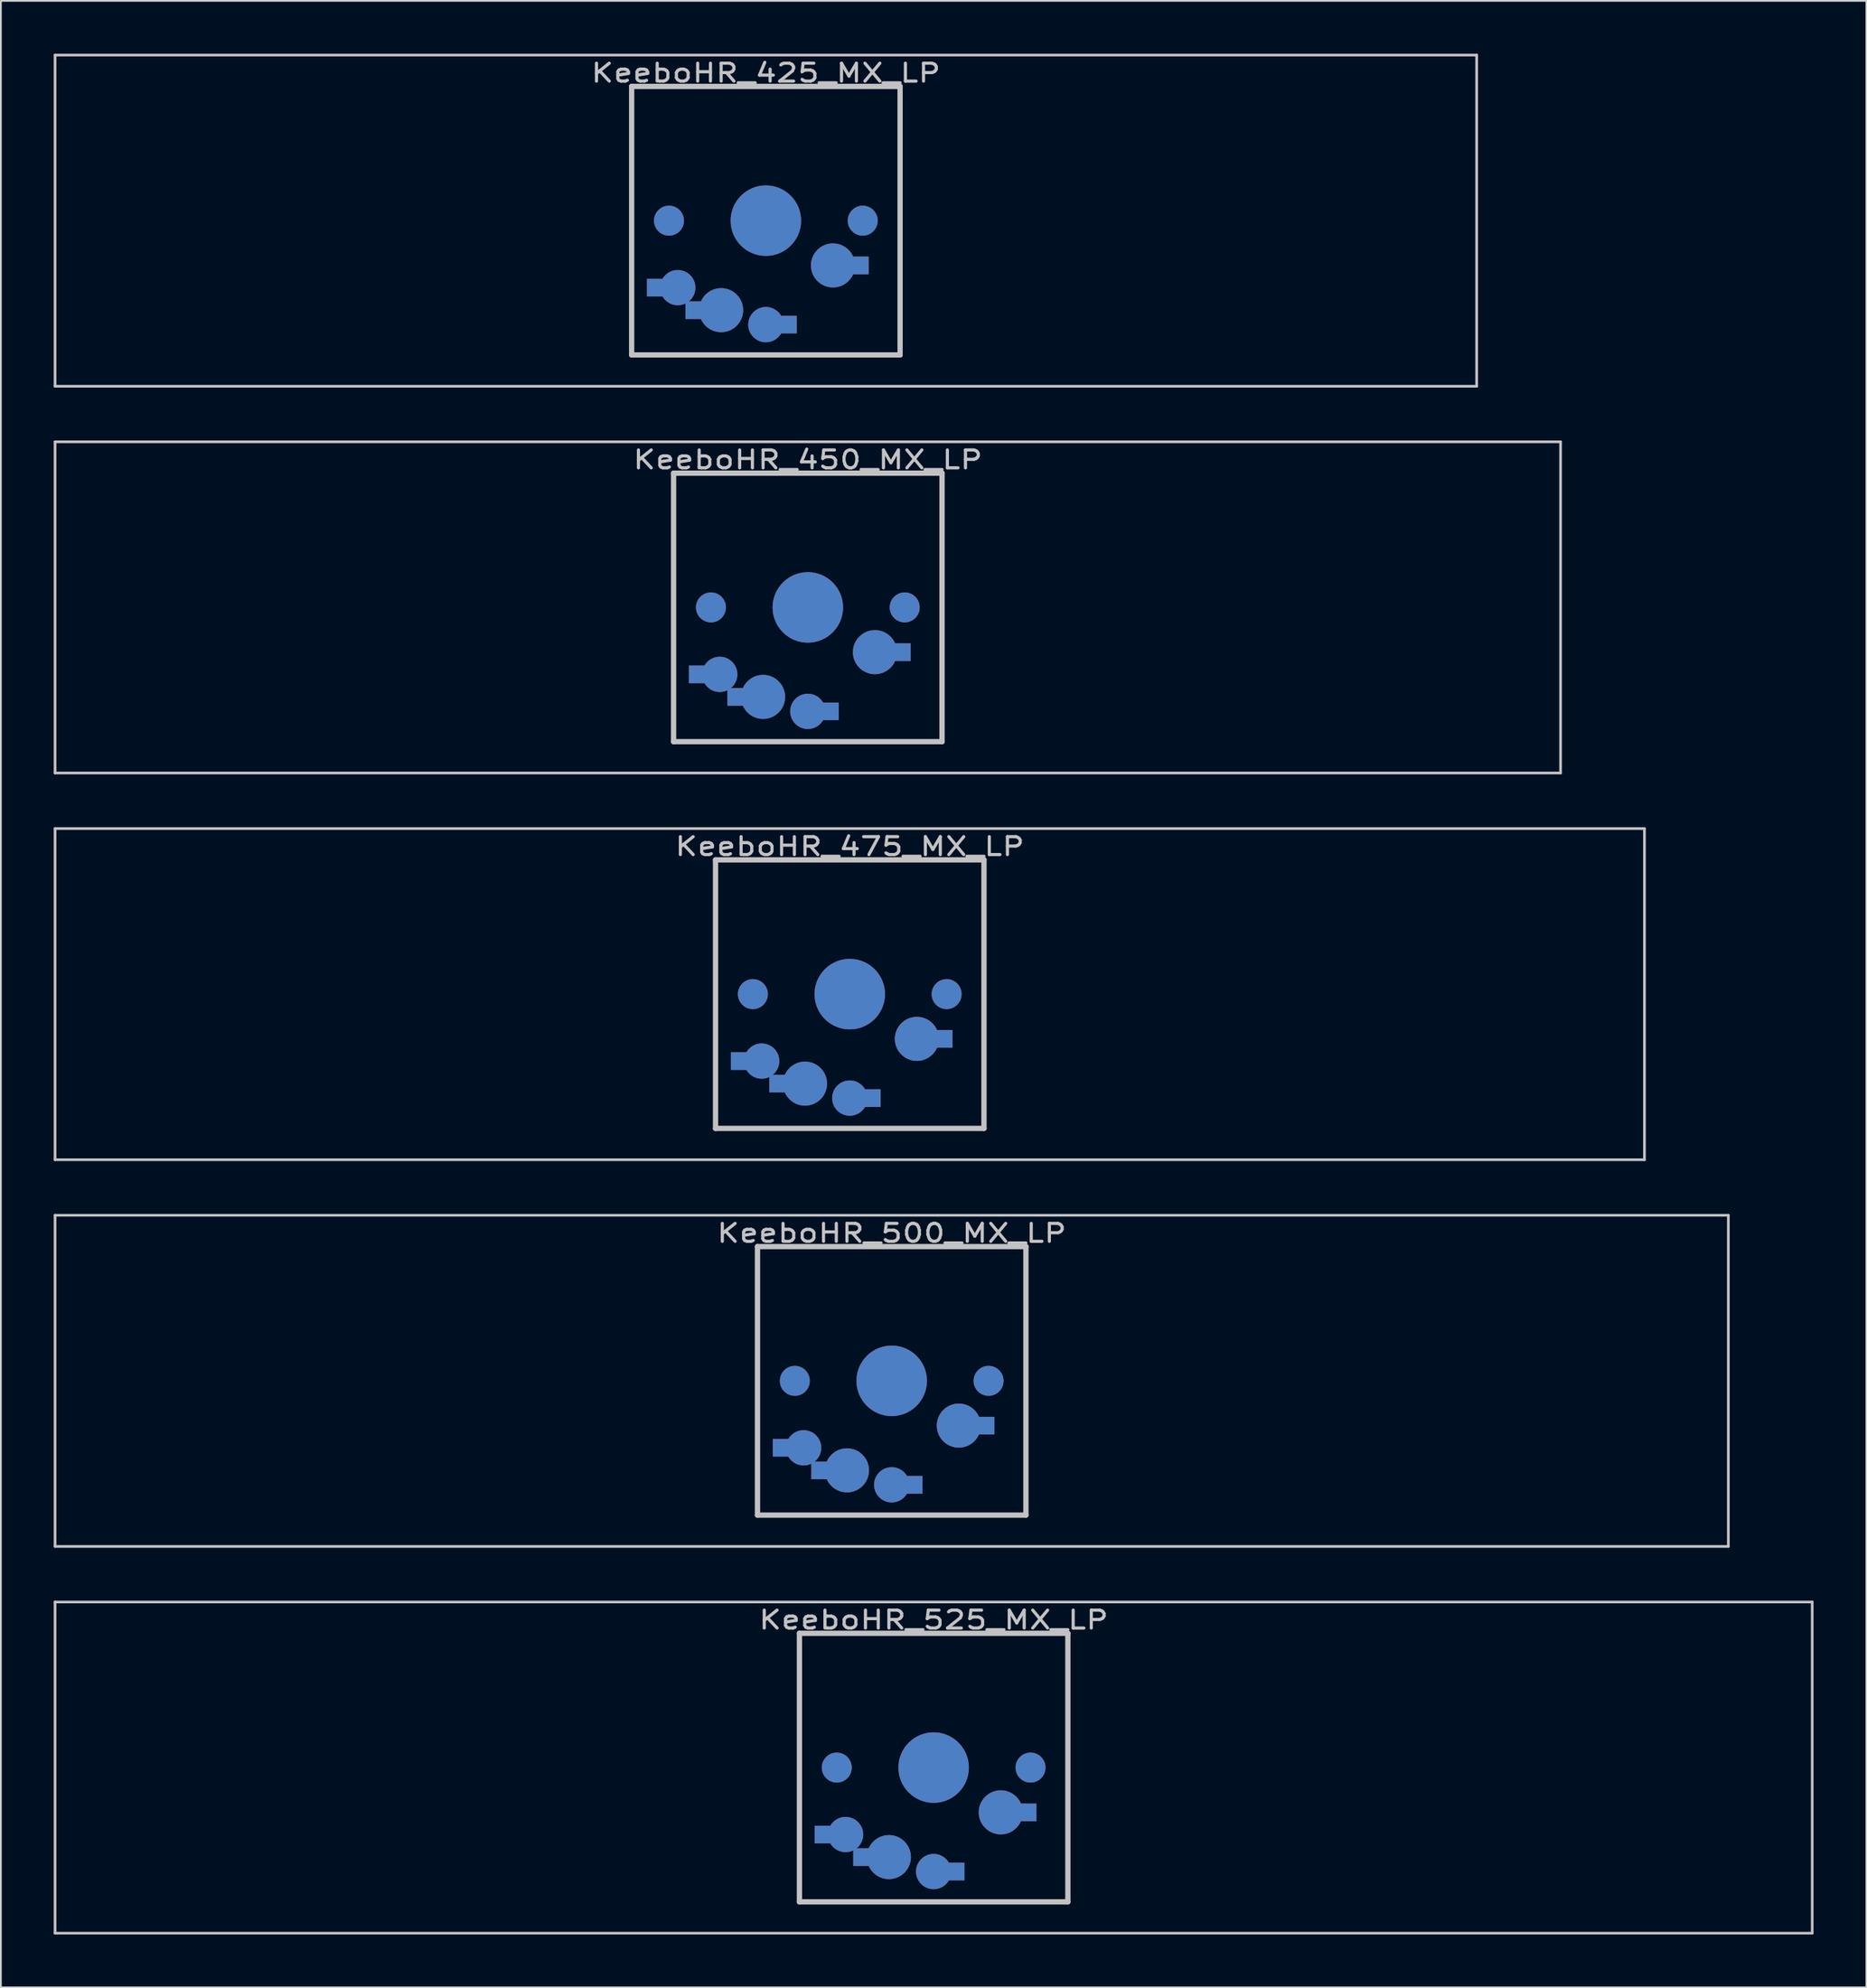
<source format=kicad_pcb>
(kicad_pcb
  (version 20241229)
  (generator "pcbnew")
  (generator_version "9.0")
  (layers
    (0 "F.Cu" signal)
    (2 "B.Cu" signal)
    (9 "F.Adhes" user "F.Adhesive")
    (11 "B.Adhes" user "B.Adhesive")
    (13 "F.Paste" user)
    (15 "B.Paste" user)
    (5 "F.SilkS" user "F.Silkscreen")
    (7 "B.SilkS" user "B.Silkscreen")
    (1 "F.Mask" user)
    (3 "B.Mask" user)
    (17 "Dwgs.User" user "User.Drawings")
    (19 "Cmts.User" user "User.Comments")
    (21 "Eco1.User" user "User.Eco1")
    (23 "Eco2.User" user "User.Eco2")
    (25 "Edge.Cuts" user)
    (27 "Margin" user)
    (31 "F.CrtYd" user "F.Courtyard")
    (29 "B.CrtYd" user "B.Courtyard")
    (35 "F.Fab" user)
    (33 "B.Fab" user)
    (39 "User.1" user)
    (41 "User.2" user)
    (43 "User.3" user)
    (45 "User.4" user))
  (footprint "KeeboHR_500_MX_LP"
    (layer "F.Cu")
    (at 47.574 75.319)
    (property "Reference" "KeeboHR_500_MX_LP" (at 0 -8.382 0) (layer "Dwgs.User") (effects (font (size 1.016 1.27) (thickness 0.178))))
    (attr through_hole)
    (fp_line (start -47.498 -9.398) (end 47.498 -9.398) (stroke (width 0.152) (type solid)) (layer "Dwgs.User"))
    (fp_line (start -47.498 9.398) (end -47.498 -9.398) (stroke (width 0.152) (type solid)) (layer "Dwgs.User"))
    (fp_line (start -7.62 -7.62) (end 7.62 -7.62) (stroke (width 0.3) (type solid)) (layer "Dwgs.User"))
    (fp_line (start -7.62 7.62) (end -7.62 -7.62) (stroke (width 0.3) (type solid)) (layer "Dwgs.User"))
    (fp_line (start 7.62 -7.62) (end 7.62 7.62) (stroke (width 0.3) (type solid)) (layer "Dwgs.User"))
    (fp_line (start 7.62 7.62) (end -7.62 7.62) (stroke (width 0.3) (type solid)) (layer "Dwgs.User"))
    (fp_line (start 47.498 -9.398) (end 47.498 9.398) (stroke (width 0.152) (type solid)) (layer "Dwgs.User"))
    (fp_line (start 47.498 9.398) (end -47.498 9.398) (stroke (width 0.152) (type solid)) (layer "Dwgs.User"))
    (pad "" smd circle (at -5.5 0) (size 1.7 1.7) (layers "*.Cu" "*.Mask"))
    (pad "" smd circle (at 0 0) (size 4 4) (layers "*.Cu" "*.Mask"))
    (pad "" smd circle (at 5.5 0) (size 1.7 1.7) (layers "*.Cu" "*.Mask"))
    (pad "1" smd circle (at 0 5.9) (size 2 2) (layers "*.Cu" "*.Mask"))
    (pad "1" smd rect (at 1.25 5.9) (size 1 1) (layers "*.Cu" "*.Mask"))
    (pad "1" smd circle (at 3.81 2.54) (size 2.5 2.5) (layers "*.Cu" "*.Mask"))
    (pad "1" smd rect (at 5.334 2.54) (size 1 1) (layers "*.Cu" "*.Mask"))
    (pad "2" smd rect (at -6.25 3.8) (size 1 1) (layers "*.Cu" "*.Mask"))
    (pad "2" smd circle (at -5 3.8) (size 2 2) (layers "*.Cu" "*.Mask"))
    (pad "2" smd rect (at -4.064 5.08) (size 1 1) (layers "*.Cu" "*.Mask"))
    (pad "2" smd circle (at -2.54 5.08) (size 2.5 2.5) (layers "*.Cu" "*.Mask")))
  (footprint "KeeboHR_475_MX_LP"
    (layer "F.Cu")
    (at 45.193 53.371)
    (property "Reference" "KeeboHR_475_MX_LP" (at 0 -8.382 0) (layer "Dwgs.User") (effects (font (size 1.016 1.27) (thickness 0.178))))
    (attr through_hole)
    (fp_line (start -45.117 -9.398) (end 45.117 -9.398) (stroke (width 0.152) (type solid)) (layer "Dwgs.User"))
    (fp_line (start -45.117 9.398) (end -45.117 -9.398) (stroke (width 0.152) (type solid)) (layer "Dwgs.User"))
    (fp_line (start -7.62 -7.62) (end 7.62 -7.62) (stroke (width 0.3) (type solid)) (layer "Dwgs.User"))
    (fp_line (start -7.62 7.62) (end -7.62 -7.62) (stroke (width 0.3) (type solid)) (layer "Dwgs.User"))
    (fp_line (start 7.62 -7.62) (end 7.62 7.62) (stroke (width 0.3) (type solid)) (layer "Dwgs.User"))
    (fp_line (start 7.62 7.62) (end -7.62 7.62) (stroke (width 0.3) (type solid)) (layer "Dwgs.User"))
    (fp_line (start 45.117 -9.398) (end 45.117 9.398) (stroke (width 0.152) (type solid)) (layer "Dwgs.User"))
    (fp_line (start 45.117 9.398) (end -45.117 9.398) (stroke (width 0.152) (type solid)) (layer "Dwgs.User"))
    (pad "" smd circle (at -5.5 0) (size 1.7 1.7) (layers "*.Cu" "*.Mask"))
    (pad "" smd circle (at 0 0) (size 4 4) (layers "*.Cu" "*.Mask"))
    (pad "" smd circle (at 5.5 0) (size 1.7 1.7) (layers "*.Cu" "*.Mask"))
    (pad "1" smd circle (at 0 5.9) (size 2 2) (layers "*.Cu" "*.Mask"))
    (pad "1" smd rect (at 1.25 5.9) (size 1 1) (layers "*.Cu" "*.Mask"))
    (pad "1" smd circle (at 3.81 2.54) (size 2.5 2.5) (layers "*.Cu" "*.Mask"))
    (pad "1" smd rect (at 5.334 2.54) (size 1 1) (layers "*.Cu" "*.Mask"))
    (pad "2" smd rect (at -6.25 3.8) (size 1 1) (layers "*.Cu" "*.Mask"))
    (pad "2" smd circle (at -5 3.8) (size 2 2) (layers "*.Cu" "*.Mask"))
    (pad "2" smd rect (at -4.064 5.08) (size 1 1) (layers "*.Cu" "*.Mask"))
    (pad "2" smd circle (at -2.54 5.08) (size 2.5 2.5) (layers "*.Cu" "*.Mask")))
  (footprint "KeeboHR_525_MX_LP"
    (layer "F.Cu")
    (at 49.955 97.268)
    (property "Reference" "KeeboHR_525_MX_LP" (at 0 -8.382 0) (layer "Dwgs.User") (effects (font (size 1.016 1.27) (thickness 0.178))))
    (attr through_hole)
    (fp_line (start -49.879 -9.398) (end 49.879 -9.398) (stroke (width 0.152) (type solid)) (layer "Dwgs.User"))
    (fp_line (start -49.879 9.398) (end -49.879 -9.398) (stroke (width 0.152) (type solid)) (layer "Dwgs.User"))
    (fp_line (start -7.62 -7.62) (end 7.62 -7.62) (stroke (width 0.3) (type solid)) (layer "Dwgs.User"))
    (fp_line (start -7.62 7.62) (end -7.62 -7.62) (stroke (width 0.3) (type solid)) (layer "Dwgs.User"))
    (fp_line (start 7.62 -7.62) (end 7.62 7.62) (stroke (width 0.3) (type solid)) (layer "Dwgs.User"))
    (fp_line (start 7.62 7.62) (end -7.62 7.62) (stroke (width 0.3) (type solid)) (layer "Dwgs.User"))
    (fp_line (start 49.879 -9.398) (end 49.879 9.398) (stroke (width 0.152) (type solid)) (layer "Dwgs.User"))
    (fp_line (start 49.879 9.398) (end -49.879 9.398) (stroke (width 0.152) (type solid)) (layer "Dwgs.User"))
    (pad "" smd circle (at -5.5 0) (size 1.7 1.7) (layers "*.Cu" "*.Mask"))
    (pad "" smd circle (at 0 0) (size 4 4) (layers "*.Cu" "*.Mask"))
    (pad "" smd circle (at 5.5 0) (size 1.7 1.7) (layers "*.Cu" "*.Mask"))
    (pad "1" smd circle (at 0 5.9) (size 2 2) (layers "*.Cu" "*.Mask"))
    (pad "1" smd rect (at 1.25 5.9) (size 1 1) (layers "*.Cu" "*.Mask"))
    (pad "1" smd circle (at 3.81 2.54) (size 2.5 2.5) (layers "*.Cu" "*.Mask"))
    (pad "1" smd rect (at 5.334 2.54) (size 1 1) (layers "*.Cu" "*.Mask"))
    (pad "2" smd rect (at -6.25 3.8) (size 1 1) (layers "*.Cu" "*.Mask"))
    (pad "2" smd circle (at -5 3.8) (size 2 2) (layers "*.Cu" "*.Mask"))
    (pad "2" smd rect (at -4.064 5.08) (size 1 1) (layers "*.Cu" "*.Mask"))
    (pad "2" smd circle (at -2.54 5.08) (size 2.5 2.5) (layers "*.Cu" "*.Mask")))
  (footprint "KeeboHR_425_MX_LP"
    (layer "F.Cu")
    (at 40.43 9.474)
    (property "Reference" "KeeboHR_425_MX_LP" (at 0 -8.382 0) (layer "Dwgs.User") (effects (font (size 1.016 1.27) (thickness 0.178))))
    (attr through_hole)
    (fp_line (start -40.354 -9.398) (end 40.354 -9.398) (stroke (width 0.152) (type solid)) (layer "Dwgs.User"))
    (fp_line (start -40.354 9.398) (end -40.354 -9.398) (stroke (width 0.152) (type solid)) (layer "Dwgs.User"))
    (fp_line (start -7.62 -7.62) (end 7.62 -7.62) (stroke (width 0.3) (type solid)) (layer "Dwgs.User"))
    (fp_line (start -7.62 7.62) (end -7.62 -7.62) (stroke (width 0.3) (type solid)) (layer "Dwgs.User"))
    (fp_line (start 7.62 -7.62) (end 7.62 7.62) (stroke (width 0.3) (type solid)) (layer "Dwgs.User"))
    (fp_line (start 7.62 7.62) (end -7.62 7.62) (stroke (width 0.3) (type solid)) (layer "Dwgs.User"))
    (fp_line (start 40.354 -9.398) (end 40.354 9.398) (stroke (width 0.152) (type solid)) (layer "Dwgs.User"))
    (fp_line (start 40.354 9.398) (end -40.354 9.398) (stroke (width 0.152) (type solid)) (layer "Dwgs.User"))
    (pad "" smd circle (at -5.5 0) (size 1.7 1.7) (layers "*.Cu" "*.Mask"))
    (pad "" smd circle (at 0 0) (size 4 4) (layers "*.Cu" "*.Mask"))
    (pad "" smd circle (at 5.5 0) (size 1.7 1.7) (layers "*.Cu" "*.Mask"))
    (pad "1" smd circle (at 0 5.9) (size 2 2) (layers "*.Cu" "*.Mask"))
    (pad "1" smd rect (at 1.25 5.9) (size 1 1) (layers "*.Cu" "*.Mask"))
    (pad "1" smd circle (at 3.81 2.54) (size 2.5 2.5) (layers "*.Cu" "*.Mask"))
    (pad "1" smd rect (at 5.334 2.54) (size 1 1) (layers "*.Cu" "*.Mask"))
    (pad "2" smd rect (at -6.25 3.8) (size 1 1) (layers "*.Cu" "*.Mask"))
    (pad "2" smd circle (at -5 3.8) (size 2 2) (layers "*.Cu" "*.Mask"))
    (pad "2" smd rect (at -4.064 5.08) (size 1 1) (layers "*.Cu" "*.Mask"))
    (pad "2" smd circle (at -2.54 5.08) (size 2.5 2.5) (layers "*.Cu" "*.Mask")))
  (footprint "KeeboHR_450_MX_LP"
    (layer "F.Cu")
    (at 42.812 31.423)
    (property "Reference" "KeeboHR_450_MX_LP" (at 0 -8.382 0) (layer "Dwgs.User") (effects (font (size 1.016 1.27) (thickness 0.178))))
    (attr through_hole)
    (fp_line (start -42.736 -9.398) (end 42.736 -9.398) (stroke (width 0.152) (type solid)) (layer "Dwgs.User"))
    (fp_line (start -42.736 9.398) (end -42.736 -9.398) (stroke (width 0.152) (type solid)) (layer "Dwgs.User"))
    (fp_line (start -7.62 -7.62) (end 7.62 -7.62) (stroke (width 0.3) (type solid)) (layer "Dwgs.User"))
    (fp_line (start -7.62 7.62) (end -7.62 -7.62) (stroke (width 0.3) (type solid)) (layer "Dwgs.User"))
    (fp_line (start 7.62 -7.62) (end 7.62 7.62) (stroke (width 0.3) (type solid)) (layer "Dwgs.User"))
    (fp_line (start 7.62 7.62) (end -7.62 7.62) (stroke (width 0.3) (type solid)) (layer "Dwgs.User"))
    (fp_line (start 42.736 -9.398) (end 42.736 9.398) (stroke (width 0.152) (type solid)) (layer "Dwgs.User"))
    (fp_line (start 42.736 9.398) (end -42.736 9.398) (stroke (width 0.152) (type solid)) (layer "Dwgs.User"))
    (pad "" smd circle (at -5.5 0) (size 1.7 1.7) (layers "*.Cu" "*.Mask"))
    (pad "" smd circle (at 0 0) (size 4 4) (layers "*.Cu" "*.Mask"))
    (pad "" smd circle (at 5.5 0) (size 1.7 1.7) (layers "*.Cu" "*.Mask"))
    (pad "1" smd circle (at 0 5.9) (size 2 2) (layers "*.Cu" "*.Mask"))
    (pad "1" smd rect (at 1.25 5.9) (size 1 1) (layers "*.Cu" "*.Mask"))
    (pad "1" smd circle (at 3.81 2.54) (size 2.5 2.5) (layers "*.Cu" "*.Mask"))
    (pad "1" smd rect (at 5.334 2.54) (size 1 1) (layers "*.Cu" "*.Mask"))
    (pad "2" smd rect (at -6.25 3.8) (size 1 1) (layers "*.Cu" "*.Mask"))
    (pad "2" smd circle (at -5 3.8) (size 2 2) (layers "*.Cu" "*.Mask"))
    (pad "2" smd rect (at -4.064 5.08) (size 1 1) (layers "*.Cu" "*.Mask"))
    (pad "2" smd circle (at -2.54 5.08) (size 2.5 2.5) (layers "*.Cu" "*.Mask")))
  (gr_rect
    (start -3 -3)
    (end 102.911 109.742)
    (stroke (width 0.1) (type default))
    (fill no)
    (layer "Edge.Cuts")))
</source>
